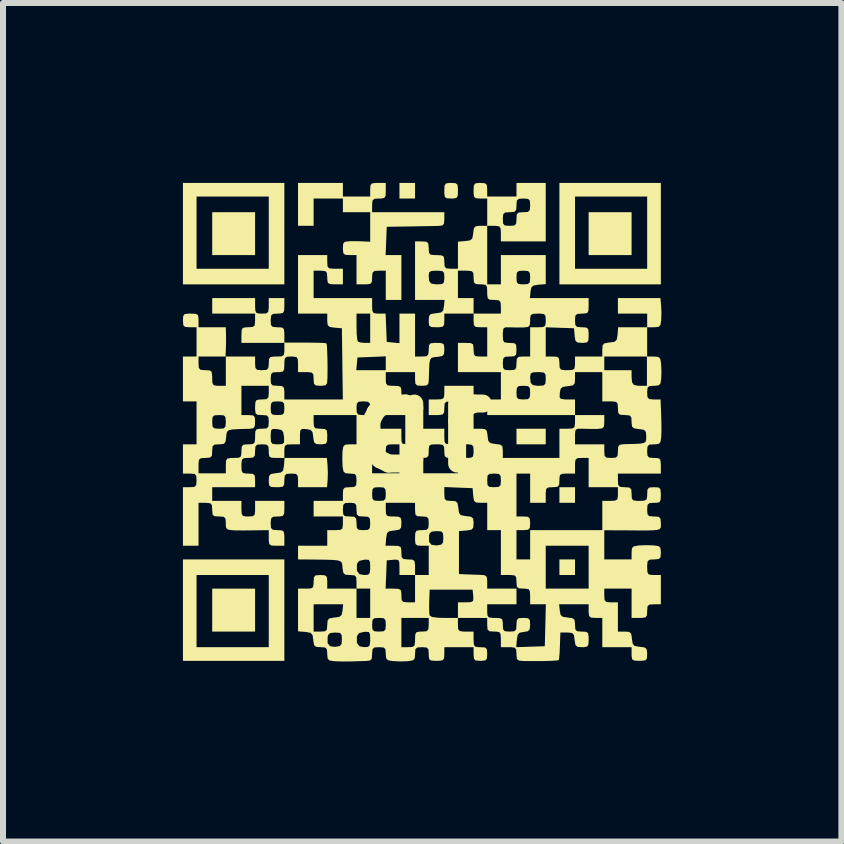
<source format=kicad_pcb>
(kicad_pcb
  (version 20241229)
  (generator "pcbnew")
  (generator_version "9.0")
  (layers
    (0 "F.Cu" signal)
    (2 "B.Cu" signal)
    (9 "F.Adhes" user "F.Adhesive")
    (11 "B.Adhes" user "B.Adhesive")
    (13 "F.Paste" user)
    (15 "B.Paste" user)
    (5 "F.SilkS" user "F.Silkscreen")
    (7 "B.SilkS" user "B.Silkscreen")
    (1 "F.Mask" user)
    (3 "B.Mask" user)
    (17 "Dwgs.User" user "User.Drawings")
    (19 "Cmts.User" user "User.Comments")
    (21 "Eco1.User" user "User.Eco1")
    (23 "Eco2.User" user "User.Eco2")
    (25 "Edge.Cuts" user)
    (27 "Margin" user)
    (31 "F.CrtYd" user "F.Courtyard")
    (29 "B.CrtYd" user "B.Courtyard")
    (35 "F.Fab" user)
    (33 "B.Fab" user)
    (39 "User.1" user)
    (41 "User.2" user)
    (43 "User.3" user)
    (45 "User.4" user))
  (footprint "qr"
    (layer "F.Cu")
    (at 4 4)
    (property "Reference" "qr" (at 0 0 0) (layer "F.SilkS") (effects (font (size 1.5 1.5) (thickness 0.3))))
    (attr board_only exclude_from_pos_files exclude_from_bom)
    (fp_poly (pts (xy -2.797 -3.155) (xy -2.797 -2.797) (xy -3.155 -2.797) (xy -3.512 -2.797) (xy -3.512 -3.155) (xy -3.512 -3.512) (xy -3.155 -3.512) (xy -2.797 -3.512)) (stroke (width 0) (type solid)) (fill yes) (layer "F.SilkS"))
    (fp_poly (pts (xy -2.797 3.122) (xy -2.797 3.48) (xy -3.155 3.48) (xy -3.512 3.48) (xy -3.512 3.122) (xy -3.512 2.764) (xy -3.155 2.764) (xy -2.797 2.764)) (stroke (width 0) (type solid)) (fill yes) (layer "F.SilkS"))
    (fp_poly (pts (xy -0.13 -3.87) (xy -0.13 -3.74) (xy -0.26 -3.74) (xy -0.39 -3.74) (xy -0.39 -3.87) (xy -0.39 -4) (xy -0.26 -4) (xy -0.13 -4)) (stroke (width 0) (type solid)) (fill yes) (layer "F.SilkS"))
    (fp_poly (pts (xy 2.049 0.228) (xy 2.049 0.358) (xy 1.805 0.358) (xy 1.561 0.358) (xy 1.561 0.228) (xy 1.561 0.098) (xy 1.805 0.098) (xy 2.049 0.098)) (stroke (width 0) (type solid)) (fill yes) (layer "F.SilkS"))
    (fp_poly (pts (xy 2.537 1.203) (xy 2.537 1.333) (xy 2.407 1.333) (xy 2.277 1.333) (xy 2.277 1.203) (xy 2.277 1.073) (xy 2.407 1.073) (xy 2.537 1.073)) (stroke (width 0) (type solid)) (fill yes) (layer "F.SilkS"))
    (fp_poly (pts (xy 2.537 2.407) (xy 2.537 2.537) (xy 2.407 2.537) (xy 2.277 2.537) (xy 2.277 2.407) (xy 2.277 2.277) (xy 2.407 2.277) (xy 2.537 2.277)) (stroke (width 0) (type solid)) (fill yes) (layer "F.SilkS"))
    (fp_poly (pts (xy 3.48 -3.155) (xy 3.48 -2.797) (xy 3.122 -2.797) (xy 2.764 -2.797) (xy 2.764 -3.155) (xy 2.764 -3.512) (xy 3.122 -3.512) (xy 3.48 -3.512)) (stroke (width 0) (type solid)) (fill yes) (layer "F.SilkS"))
    (fp_poly (pts (xy 0.544 -3.996) (xy 0.577 -3.972) (xy 0.585 -3.909) (xy 0.585 -3.87) (xy 0.582 -3.787) (xy 0.561 -3.75) (xy 0.505 -3.74) (xy 0.472 -3.74) (xy 0.399 -3.744) (xy 0.366 -3.768) (xy 0.358 -3.832) (xy 0.358 -3.87) (xy 0.361 -3.953) (xy 0.382 -3.99) (xy 0.438 -4) (xy 0.472 -4)) (stroke (width 0) (type solid)) (fill yes) (layer "F.SilkS"))
    (fp_poly (pts (xy -2.309 -3.155) (xy -2.309 -2.309) (xy -3.155 -2.309) (xy -4 -2.309) (xy -4 -3.155) (xy -4 -3.171) (xy -3.773 -3.171) (xy -3.773 -2.569) (xy -3.171 -2.569) (xy -2.569 -2.569) (xy -2.569 -3.171) (xy -2.569 -3.773) (xy -3.171 -3.773) (xy -3.773 -3.773) (xy -3.773 -3.171) (xy -4 -3.171) (xy -4 -4) (xy -3.155 -4) (xy -2.309 -4)) (stroke (width 0) (type solid)) (fill yes) (layer "F.SilkS"))
    (fp_poly (pts (xy -2.309 3.122) (xy -2.309 3.968) (xy -3.155 3.968) (xy -4 3.968) (xy -4 3.138) (xy -3.773 3.138) (xy -3.773 3.74) (xy -3.171 3.74) (xy -2.569 3.74) (xy -2.569 3.138) (xy -2.569 2.537) (xy -3.171 2.537) (xy -3.773 2.537) (xy -3.773 3.138) (xy -4 3.138) (xy -4 3.122) (xy -4 2.277) (xy -3.155 2.277) (xy -2.309 2.277)) (stroke (width 0) (type solid)) (fill yes) (layer "F.SilkS"))
    (fp_poly (pts (xy 3.968 -3.155) (xy 3.968 -2.309) (xy 3.122 -2.309) (xy 2.277 -2.309) (xy 2.277 -3.155) (xy 2.277 -3.171) (xy 2.537 -3.171) (xy 2.537 -2.569) (xy 3.138 -2.569) (xy 3.74 -2.569) (xy 3.74 -3.171) (xy 3.74 -3.773) (xy 3.138 -3.773) (xy 2.537 -3.773) (xy 2.537 -3.171) (xy 2.277 -3.171) (xy 2.277 -4) (xy 3.122 -4) (xy 3.968 -4)) (stroke (width 0) (type solid)) (fill yes) (layer "F.SilkS"))
    (fp_poly (pts (xy -1.589 0.707) (xy -1.584 0.83) (xy -1.587 0.951) (xy -1.598 1.073) (xy -1.839 1.073) (xy -2.081 1.073) (xy -2.081 0.959) (xy -2.086 0.883) (xy -2.115 0.852) (xy -2.187 0.846) (xy -2.195 0.846) (xy -2.272 0.851) (xy -2.303 0.879) (xy -2.309 0.951) (xy -2.309 0.959) (xy -2.313 1.032) (xy -2.337 1.065) (xy -2.401 1.073) (xy -2.439 1.073) (xy -2.522 1.07) (xy -2.559 1.049) (xy -2.569 0.993) (xy -2.569 0.961) (xy -2.564 0.888) (xy -2.536 0.854) (xy -2.465 0.841) (xy -2.447 0.839) (xy -2.367 0.828) (xy -2.33 0.796) (xy -2.317 0.724) (xy -2.315 0.707) (xy -2.305 0.585) (xy -1.955 0.585) (xy -1.6 0.585)) (stroke (width 0) (type solid)) (fill yes) (layer "F.SilkS"))
    (fp_poly (pts (xy -1.333 -3.886) (xy -1.333 -3.773) (xy -1.106 -3.773) (xy -0.878 -3.773) (xy -0.878 -3.886) (xy -0.874 -3.959) (xy -0.85 -3.992) (xy -0.786 -4) (xy -0.748 -4) (xy -0.618 -4) (xy -0.618 -3.87) (xy -0.621 -3.787) (xy -0.643 -3.75) (xy -0.698 -3.74) (xy -0.732 -3.74) (xy -0.808 -3.735) (xy -0.839 -3.707) (xy -0.846 -3.635) (xy -0.846 -3.626) (xy -0.846 -3.512) (xy -0.244 -3.512) (xy 0.358 -3.512) (xy 0.358 -3.399) (xy 0.353 -3.324) (xy 0.327 -3.292) (xy 0.259 -3.283) (xy 0.236 -3.283) (xy 0.152 -3.281) (xy 0.023 -3.279) (xy -0.131 -3.276) (xy -0.244 -3.274) (xy -0.602 -3.269) (xy -0.611 -3.033) (xy -0.621 -2.797) (xy -0.489 -2.797) (xy -0.358 -2.797) (xy -0.358 -2.423) (xy -0.358 -2.049) (xy -0.488 -2.049) (xy -0.618 -2.049) (xy -0.618 -2.293) (xy -0.618 -2.537) (xy -0.732 -2.537) (xy -0.808 -2.532) (xy -0.839 -2.503) (xy -0.846 -2.432) (xy -0.846 -2.423) (xy -0.85 -2.35) (xy -0.874 -2.318) (xy -0.937 -2.309) (xy -0.976 -2.309) (xy -1.106 -2.309) (xy -1.106 -2.553) (xy -1.106 -2.797) (xy -1.22 -2.797) (xy -1.296 -2.802) (xy -1.327 -2.83) (xy -1.333 -2.902) (xy -1.333 -2.911) (xy -1.329 -2.985) (xy -1.302 -3.018) (xy -1.234 -3.027) (xy -1.211 -3.028) (xy -1.096 -3.029) (xy -0.986 -3.025) (xy -0.984 -3.025) (xy -0.878 -3.02) (xy -0.878 -3.266) (xy -0.878 -3.512) (xy -1.106 -3.512) (xy -1.333 -3.512) (xy -1.333 -3.626) (xy -1.333 -3.74) (xy -1.577 -3.74) (xy -1.821 -3.74) (xy -1.821 -3.512) (xy -1.821 -3.285) (xy -1.951 -3.285) (xy -2.081 -3.285) (xy -2.081 -3.643) (xy -2.081 -4) (xy -1.707 -4) (xy -1.333 -4)) (stroke (width 0) (type solid)) (fill yes) (layer "F.SilkS"))
    (fp_poly (pts (xy 2.049 -3.512) (xy 2.049 -3.025) (xy 1.675 -3.025) (xy 1.301 -3.025) (xy 1.301 -3.155) (xy 1.297 -3.238) (xy 1.276 -3.275) (xy 1.221 -3.284) (xy 1.187 -3.285) (xy 1.073 -3.285) (xy 1.073 -2.797) (xy 1.073 -2.309) (xy 1.187 -2.309) (xy 1.301 -2.309) (xy 1.301 -2.423) (xy 1.561 -2.423) (xy 1.566 -2.347) (xy 1.595 -2.315) (xy 1.666 -2.309) (xy 1.675 -2.309) (xy 1.751 -2.314) (xy 1.782 -2.343) (xy 1.789 -2.414) (xy 1.789 -2.423) (xy 1.784 -2.499) (xy 1.755 -2.53) (xy 1.684 -2.537) (xy 1.675 -2.537) (xy 1.599 -2.532) (xy 1.567 -2.503) (xy 1.561 -2.432) (xy 1.561 -2.423) (xy 1.301 -2.423) (xy 1.301 -2.553) (xy 1.301 -2.797) (xy 1.675 -2.797) (xy 2.049 -2.797) (xy 2.049 -2.555) (xy 2.049 -2.313) (xy 1.927 -2.303) (xy 1.846 -2.29) (xy 1.809 -2.259) (xy 1.795 -2.19) (xy 1.795 -2.187) (xy 1.785 -2.081) (xy 2.275 -2.081) (xy 2.764 -2.081) (xy 2.764 -1.951) (xy 2.761 -1.868) (xy 2.74 -1.831) (xy 2.684 -1.822) (xy 2.651 -1.821) (xy 2.574 -1.816) (xy 2.543 -1.788) (xy 2.537 -1.716) (xy 2.537 -1.707) (xy 2.542 -1.631) (xy 2.57 -1.6) (xy 2.642 -1.594) (xy 2.651 -1.594) (xy 2.723 -1.59) (xy 2.756 -1.565) (xy 2.764 -1.502) (xy 2.764 -1.464) (xy 2.761 -1.38) (xy 2.74 -1.343) (xy 2.685 -1.334) (xy 2.653 -1.333) (xy 2.579 -1.339) (xy 2.545 -1.367) (xy 2.532 -1.438) (xy 2.531 -1.455) (xy 2.52 -1.577) (xy 2.285 -1.585) (xy 2.049 -1.593) (xy 2.049 -1.349) (xy 2.049 -1.106) (xy 2.163 -1.106) (xy 2.239 -1.101) (xy 2.27 -1.072) (xy 2.277 -1.001) (xy 2.277 -0.992) (xy 2.281 -0.919) (xy 2.305 -0.887) (xy 2.368 -0.878) (xy 2.407 -0.878) (xy 2.49 -0.882) (xy 2.527 -0.903) (xy 2.536 -0.958) (xy 2.537 -0.992) (xy 3.025 -0.992) (xy 3.025 -0.878) (xy 3.252 -0.878) (xy 3.48 -0.878) (xy 3.48 -0.77) (xy 3.487 -0.677) (xy 3.52 -0.632) (xy 3.595 -0.618) (xy 3.63 -0.618) (xy 3.736 -0.618) (xy 3.736 -0.862) (xy 3.736 -1.106) (xy 3.381 -1.106) (xy 3.025 -1.106) (xy 3.025 -0.992) (xy 2.537 -0.992) (xy 2.537 -1.106) (xy 2.764 -1.106) (xy 2.992 -1.106) (xy 2.992 -1.218) (xy 2.997 -1.291) (xy 3.026 -1.325) (xy 3.097 -1.338) (xy 3.114 -1.34) (xy 3.195 -1.351) (xy 3.231 -1.383) (xy 3.245 -1.455) (xy 3.246 -1.472) (xy 3.256 -1.594) (xy 3.498 -1.594) (xy 3.74 -1.594) (xy 3.74 -1.707) (xy 3.74 -1.821) (xy 3.496 -1.821) (xy 3.252 -1.821) (xy 3.252 -1.951) (xy 3.252 -2.081) (xy 3.607 -2.081) (xy 3.961 -2.081) (xy 3.972 -1.959) (xy 3.978 -1.837) (xy 3.974 -1.716) (xy 3.963 -1.636) (xy 3.934 -1.601) (xy 3.868 -1.594) (xy 3.852 -1.594) (xy 3.74 -1.594) (xy 3.74 -1.35) (xy 3.74 -1.106) (xy 3.85 -1.106) (xy 3.923 -1.1) (xy 3.957 -1.071) (xy 3.971 -0.999) (xy 3.972 -0.984) (xy 3.978 -0.861) (xy 3.974 -0.74) (xy 3.963 -0.66) (xy 3.934 -0.626) (xy 3.868 -0.618) (xy 3.852 -0.618) (xy 3.777 -0.613) (xy 3.746 -0.584) (xy 3.74 -0.512) (xy 3.74 -0.504) (xy 3.745 -0.428) (xy 3.773 -0.396) (xy 3.844 -0.39) (xy 3.851 -0.39) (xy 3.963 -0.39) (xy 3.973 -0.138) (xy 3.977 0.003) (xy 3.978 0.135) (xy 3.974 0.232) (xy 3.974 0.236) (xy 3.963 0.316) (xy 3.934 0.35) (xy 3.868 0.358) (xy 3.852 0.358) (xy 3.777 0.363) (xy 3.746 0.392) (xy 3.74 0.464) (xy 3.74 0.472) (xy 3.745 0.548) (xy 3.774 0.579) (xy 3.845 0.585) (xy 3.854 0.585) (xy 3.927 0.589) (xy 3.959 0.614) (xy 3.967 0.677) (xy 3.968 0.715) (xy 3.968 0.846) (xy 3.61 0.846) (xy 3.252 0.846) (xy 3.252 0.959) (xy 3.257 1.036) (xy 3.286 1.067) (xy 3.357 1.073) (xy 3.366 1.073) (xy 3.442 1.078) (xy 3.474 1.107) (xy 3.48 1.178) (xy 3.48 1.187) (xy 3.484 1.26) (xy 3.508 1.292) (xy 3.572 1.301) (xy 3.61 1.301) (xy 3.693 1.297) (xy 3.73 1.276) (xy 3.74 1.221) (xy 3.74 1.187) (xy 3.745 1.111) (xy 3.774 1.079) (xy 3.845 1.073) (xy 3.854 1.073) (xy 3.927 1.077) (xy 3.959 1.101) (xy 3.967 1.165) (xy 3.968 1.203) (xy 3.964 1.287) (xy 3.943 1.324) (xy 3.887 1.333) (xy 3.854 1.333) (xy 3.778 1.338) (xy 3.746 1.367) (xy 3.74 1.439) (xy 3.74 1.447) (xy 3.745 1.524) (xy 3.774 1.555) (xy 3.845 1.561) (xy 3.854 1.561) (xy 3.93 1.566) (xy 3.961 1.595) (xy 3.968 1.666) (xy 3.968 1.675) (xy 3.969 1.717) (xy 3.965 1.749) (xy 3.949 1.77) (xy 3.912 1.784) (xy 3.844 1.791) (xy 3.737 1.794) (xy 3.583 1.794) (xy 3.374 1.792) (xy 3.025 1.791) (xy 3.025 2.034) (xy 3.025 2.277) (xy 3.252 2.277) (xy 3.48 2.277) (xy 3.48 2.166) (xy 3.485 2.093) (xy 3.514 2.06) (xy 3.586 2.046) (xy 3.602 2.044) (xy 3.724 2.039) (xy 3.846 2.043) (xy 3.926 2.054) (xy 3.96 2.083) (xy 3.968 2.149) (xy 3.968 2.165) (xy 3.963 2.24) (xy 3.934 2.27) (xy 3.861 2.277) (xy 3.854 2.277) (xy 3.781 2.281) (xy 3.749 2.305) (xy 3.74 2.368) (xy 3.74 2.407) (xy 3.744 2.49) (xy 3.765 2.527) (xy 3.82 2.536) (xy 3.854 2.537) (xy 3.968 2.537) (xy 3.968 2.781) (xy 3.968 3.025) (xy 3.854 3.025) (xy 3.778 3.03) (xy 3.746 3.058) (xy 3.74 3.13) (xy 3.74 3.138) (xy 3.736 3.211) (xy 3.712 3.244) (xy 3.648 3.252) (xy 3.61 3.252) (xy 3.48 3.252) (xy 3.48 3.008) (xy 3.48 2.764) (xy 3.252 2.764) (xy 3.025 2.764) (xy 3.025 2.878) (xy 3.03 2.955) (xy 3.058 2.986) (xy 3.13 2.992) (xy 3.138 2.992) (xy 3.252 2.992) (xy 3.252 3.236) (xy 3.252 3.48) (xy 3.364 3.48) (xy 3.438 3.485) (xy 3.472 3.514) (xy 3.485 3.584) (xy 3.486 3.602) (xy 3.498 3.682) (xy 3.529 3.719) (xy 3.601 3.732) (xy 3.618 3.734) (xy 3.698 3.745) (xy 3.732 3.774) (xy 3.74 3.84) (xy 3.74 3.856) (xy 3.736 3.927) (xy 3.711 3.959) (xy 3.647 3.967) (xy 3.61 3.968) (xy 3.527 3.964) (xy 3.49 3.943) (xy 3.48 3.887) (xy 3.48 3.854) (xy 3.48 3.74) (xy 3.236 3.74) (xy 2.992 3.74) (xy 2.992 3.496) (xy 2.992 3.252) (xy 2.878 3.252) (xy 2.802 3.247) (xy 2.771 3.219) (xy 2.764 3.147) (xy 2.764 3.138) (xy 2.764 3.025) (xy 2.518 3.025) (xy 2.272 3.025) (xy 2.283 3.13) (xy 2.296 3.201) (xy 2.332 3.233) (xy 2.411 3.246) (xy 2.415 3.246) (xy 2.495 3.257) (xy 2.529 3.286) (xy 2.537 3.352) (xy 2.537 3.368) (xy 2.542 3.443) (xy 2.571 3.474) (xy 2.643 3.48) (xy 2.651 3.48) (xy 2.723 3.484) (xy 2.756 3.508) (xy 2.764 3.572) (xy 2.764 3.61) (xy 2.761 3.693) (xy 2.74 3.73) (xy 2.685 3.74) (xy 2.653 3.74) (xy 2.579 3.735) (xy 2.545 3.706) (xy 2.532 3.635) (xy 2.531 3.618) (xy 2.519 3.538) (xy 2.49 3.504) (xy 2.424 3.496) (xy 2.407 3.496) (xy 2.293 3.496) (xy 2.285 3.721) (xy 2.28 3.834) (xy 2.273 3.918) (xy 2.266 3.956) (xy 2.266 3.956) (xy 2.23 3.962) (xy 2.145 3.967) (xy 2.027 3.971) (xy 1.891 3.972) (xy 1.753 3.972) (xy 1.683 3.971) (xy 1.603 3.964) (xy 1.569 3.939) (xy 1.561 3.875) (xy 1.561 3.854) (xy 1.557 3.781) (xy 1.533 3.749) (xy 1.469 3.74) (xy 1.431 3.74) (xy 1.301 3.74) (xy 1.301 3.61) (xy 1.297 3.527) (xy 1.276 3.49) (xy 1.221 3.48) (xy 1.187 3.48) (xy 1.111 3.475) (xy 1.079 3.446) (xy 1.073 3.375) (xy 1.073 3.366) (xy 1.073 3.252) (xy 0.829 3.252) (xy 0.585 3.252) (xy 0.585 3.366) (xy 0.589 3.439) (xy 0.614 3.471) (xy 0.677 3.48) (xy 0.715 3.48) (xy 0.846 3.48) (xy 0.846 3.61) (xy 0.849 3.693) (xy 0.87 3.73) (xy 0.926 3.74) (xy 0.959 3.74) (xy 1.036 3.745) (xy 1.067 3.774) (xy 1.073 3.845) (xy 1.073 3.854) (xy 1.068 3.93) (xy 1.04 3.961) (xy 0.968 3.968) (xy 0.959 3.968) (xy 0.883 3.963) (xy 0.852 3.934) (xy 0.846 3.863) (xy 0.846 3.854) (xy 0.846 3.74) (xy 0.602 3.74) (xy 0.358 3.74) (xy 0.358 3.854) (xy 0.354 3.927) (xy 0.329 3.959) (xy 0.266 3.967) (xy 0.228 3.968) (xy 0.144 3.964) (xy 0.107 3.943) (xy 0.098 3.887) (xy 0.098 3.854) (xy 0.093 3.778) (xy 0.064 3.746) (xy -0.008 3.74) (xy -0.016 3.74) (xy -0.093 3.745) (xy -0.124 3.773) (xy -0.13 3.845) (xy -0.13 3.852) (xy -0.135 3.926) (xy -0.164 3.959) (xy -0.235 3.972) (xy -0.252 3.974) (xy -0.374 3.978) (xy -0.496 3.972) (xy -0.576 3.96) (xy -0.61 3.93) (xy -0.618 3.865) (xy -0.618 3.85) (xy -0.623 3.776) (xy -0.652 3.746) (xy -0.725 3.74) (xy -0.732 3.74) (xy -0.808 3.745) (xy -0.839 3.774) (xy -0.846 3.845) (xy -0.846 3.854) (xy -0.851 3.93) (xy -0.879 3.962) (xy -0.949 3.97) (xy -0.951 3.97) (xy -1.053 3.973) (xy -1.174 3.977) (xy -1.203 3.978) (xy -1.328 3.979) (xy -1.45 3.975) (xy -1.472 3.974) (xy -1.552 3.963) (xy -1.586 3.934) (xy -1.594 3.868) (xy -1.594 3.852) (xy -1.599 3.777) (xy -1.628 3.746) (xy -1.702 3.74) (xy -1.705 3.74) (xy -1.779 3.735) (xy -1.813 3.706) (xy -1.826 3.635) (xy -1.827 3.618) (xy -1.834 3.572) (xy -1.588 3.572) (xy -1.588 3.672) (xy -1.548 3.724) (xy -1.463 3.735) (xy -1.456 3.734) (xy -1.384 3.721) (xy -1.355 3.685) (xy -1.35 3.61) (xy -1.352 3.572) (xy -1.1 3.572) (xy -1.099 3.672) (xy -1.055 3.726) (xy -0.977 3.74) (xy -0.914 3.735) (xy -0.886 3.708) (xy -0.878 3.64) (xy -0.878 3.608) (xy -0.881 3.524) (xy -0.896 3.496) (xy -0.358 3.496) (xy -0.358 3.74) (xy -0.244 3.74) (xy -0.171 3.736) (xy -0.139 3.712) (xy -0.13 3.648) (xy -0.13 3.61) (xy -0.127 3.527) (xy -0.105 3.49) (xy -0.05 3.48) (xy -0.016 3.48) (xy 0.06 3.475) (xy 0.091 3.446) (xy 0.098 3.375) (xy 0.098 3.366) (xy 0.098 3.252) (xy -0.13 3.252) (xy -0.358 3.252) (xy -0.358 3.496) (xy -0.896 3.496) (xy -0.9 3.488) (xy -0.95 3.483) (xy -0.984 3.486) (xy -1.062 3.505) (xy -1.096 3.551) (xy -1.1 3.572) (xy -1.352 3.572) (xy -1.355 3.534) (xy -1.383 3.502) (xy -1.455 3.496) (xy -1.464 3.496) (xy -1.543 3.504) (xy -1.579 3.535) (xy -1.588 3.572) (xy -1.834 3.572) (xy -1.839 3.538) (xy -1.871 3.501) (xy -1.943 3.488) (xy -1.959 3.486) (xy -2.081 3.476) (xy -2.081 3.252) (xy -1.821 3.252) (xy -1.821 3.48) (xy -1.707 3.48) (xy -1.631 3.475) (xy -1.6 3.447) (xy -1.594 3.375) (xy -1.594 3.368) (xy -1.593 3.366) (xy -0.846 3.366) (xy -0.841 3.442) (xy -0.812 3.474) (xy -0.74 3.48) (xy -0.732 3.48) (xy -0.655 3.475) (xy -0.624 3.446) (xy -0.618 3.375) (xy -0.618 3.366) (xy -0.623 3.29) (xy -0.651 3.258) (xy -0.723 3.252) (xy -0.732 3.252) (xy -0.808 3.257) (xy -0.839 3.286) (xy -0.846 3.357) (xy -0.846 3.366) (xy -1.593 3.366) (xy -1.588 3.294) (xy -1.56 3.261) (xy -1.489 3.248) (xy -1.472 3.246) (xy -1.391 3.234) (xy -1.354 3.202) (xy -1.34 3.134) (xy -1.339 3.13) (xy -1.329 3.025) (xy -1.575 3.025) (xy -1.821 3.025) (xy -1.821 3.252) (xy -2.081 3.252) (xy -2.081 3.12) (xy -2.081 3.008) (xy -1.106 3.008) (xy -1.106 3.252) (xy -0.992 3.252) (xy -0.878 3.252) (xy -0.878 3.087) (xy 0.105 3.087) (xy 0.108 3.175) (xy 0.113 3.212) (xy 0.155 3.237) (xy 0.259 3.25) (xy 0.357 3.252) (xy 0.585 3.252) (xy 0.585 3.122) (xy 0.585 2.992) (xy 0.718 2.992) (xy 0.801 2.989) (xy 0.837 2.97) (xy 0.842 2.92) (xy 0.84 2.886) (xy 0.829 2.781) (xy 0.472 2.781) (xy 0.114 2.781) (xy 0.106 2.976) (xy 0.105 3.087) (xy -0.878 3.087) (xy -0.878 3.008) (xy -0.878 2.764) (xy -0.992 2.764) (xy -1.106 2.764) (xy -1.106 3.008) (xy -2.081 3.008) (xy -2.081 2.764) (xy -1.951 2.764) (xy -1.868 2.761) (xy -1.831 2.74) (xy -1.822 2.684) (xy -1.821 2.651) (xy -1.816 2.574) (xy -1.788 2.543) (xy -1.716 2.537) (xy -1.707 2.537) (xy -1.631 2.542) (xy -1.6 2.57) (xy -1.594 2.642) (xy -1.594 2.651) (xy -1.594 2.764) (xy -1.35 2.764) (xy -1.106 2.764) (xy -1.106 2.651) (xy -1.111 2.574) (xy -1.139 2.543) (xy -1.21 2.537) (xy -1.218 2.537) (xy -1.291 2.532) (xy -1.325 2.503) (xy -1.338 2.432) (xy -1.34 2.415) (xy -1.343 2.368) (xy -1.1 2.368) (xy -1.099 2.469) (xy -1.055 2.523) (xy -0.977 2.537) (xy -0.914 2.532) (xy -0.886 2.505) (xy -0.878 2.437) (xy -0.878 2.405) (xy -0.881 2.321) (xy -0.9 2.285) (xy -0.95 2.28) (xy -0.984 2.283) (xy -1.062 2.302) (xy -1.096 2.347) (xy -1.1 2.368) (xy -1.343 2.368) (xy -1.344 2.364) (xy -1.353 2.329) (xy -1.378 2.306) (xy -1.427 2.292) (xy -1.512 2.285) (xy -1.641 2.281) (xy -1.826 2.279) (xy -1.829 2.279) (xy -2.081 2.277) (xy -2.081 2.163) (xy -2.081 2.049) (xy -1.838 2.049) (xy -1.594 2.049) (xy -0.622 2.049) (xy -0.49 2.049) (xy -0.406 2.052) (xy -0.368 2.073) (xy -0.358 2.127) (xy -0.358 2.163) (xy -0.353 2.239) (xy -0.324 2.27) (xy -0.253 2.277) (xy -0.244 2.277) (xy -0.171 2.281) (xy -0.139 2.305) (xy -0.13 2.368) (xy -0.13 2.407) (xy -0.13 2.537) (xy -0.26 2.537) (xy -0.39 2.537) (xy -0.39 2.405) (xy -0.393 2.321) (xy -0.412 2.285) (xy -0.462 2.28) (xy -0.496 2.283) (xy -0.602 2.293) (xy -0.611 2.529) (xy -0.621 2.764) (xy -0.489 2.764) (xy -0.405 2.768) (xy -0.368 2.789) (xy -0.358 2.843) (xy -0.358 2.878) (xy -0.353 2.955) (xy -0.324 2.986) (xy -0.253 2.992) (xy -0.244 2.992) (xy -0.13 2.992) (xy -0.13 2.764) (xy -0.13 2.537) (xy -0.016 2.537) (xy 0.098 2.537) (xy 0.098 2.293) (xy 0.098 2.049) (xy -0.016 2.049) (xy -0.089 2.045) (xy -0.122 2.021) (xy -0.13 1.957) (xy -0.13 1.919) (xy -0.129 1.881) (xy 0.103 1.881) (xy 0.103 1.981) (xy 0.143 2.033) (xy 0.228 2.044) (xy 0.236 2.043) (xy 0.307 2.03) (xy 0.336 1.994) (xy 0.341 1.919) (xy 0.336 1.843) (xy 0.308 1.811) (xy 0.236 1.805) (xy 0.228 1.805) (xy 0.148 1.813) (xy 0.112 1.844) (xy 0.103 1.881) (xy -0.129 1.881) (xy -0.127 1.836) (xy -0.105 1.799) (xy -0.05 1.789) (xy -0.016 1.789) (xy 0.06 1.784) (xy 0.091 1.755) (xy 0.098 1.684) (xy 0.098 1.675) (xy 0.093 1.599) (xy 0.064 1.567) (xy -0.008 1.561) (xy -0.016 1.561) (xy -0.093 1.556) (xy -0.124 1.528) (xy -0.13 1.456) (xy -0.13 1.447) (xy -0.13 1.333) (xy -0.374 1.333) (xy -0.618 1.333) (xy -0.618 1.447) (xy -0.614 1.52) (xy -0.59 1.553) (xy -0.526 1.561) (xy -0.488 1.561) (xy -0.405 1.565) (xy -0.368 1.586) (xy -0.358 1.641) (xy -0.358 1.673) (xy -0.363 1.747) (xy -0.391 1.78) (xy -0.462 1.793) (xy -0.48 1.795) (xy -0.56 1.807) (xy -0.597 1.838) (xy -0.61 1.91) (xy -0.612 1.927) (xy -0.622 2.049) (xy -1.594 2.049) (xy -1.594 1.919) (xy -1.594 1.789) (xy -1.464 1.789) (xy -1.38 1.785) (xy -1.343 1.764) (xy -1.334 1.708) (xy -1.333 1.675) (xy -1.333 1.561) (xy -1.577 1.561) (xy -1.821 1.561) (xy -1.821 1.447) (xy -1.333 1.447) (xy -1.328 1.524) (xy -1.3 1.555) (xy -1.228 1.561) (xy -1.22 1.561) (xy -1.143 1.566) (xy -1.112 1.595) (xy -1.106 1.666) (xy -1.106 1.675) (xy -1.101 1.751) (xy -1.072 1.782) (xy -1.001 1.789) (xy -0.992 1.789) (xy -0.916 1.784) (xy -0.884 1.755) (xy -0.878 1.684) (xy -0.878 1.675) (xy -0.883 1.599) (xy -0.912 1.567) (xy -0.983 1.561) (xy -0.992 1.561) (xy -1.068 1.556) (xy -1.1 1.528) (xy -1.106 1.456) (xy -1.106 1.447) (xy -1.111 1.371) (xy -1.139 1.34) (xy -1.211 1.333) (xy -1.22 1.333) (xy -1.296 1.338) (xy -1.327 1.367) (xy -1.333 1.439) (xy -1.333 1.447) (xy -1.821 1.447) (xy -1.821 1.431) (xy -1.821 1.301) (xy -1.577 1.301) (xy -1.333 1.301) (xy -1.333 1.187) (xy -0.846 1.187) (xy -0.841 1.263) (xy -0.812 1.295) (xy -0.74 1.301) (xy -0.732 1.301) (xy -0.655 1.296) (xy -0.624 1.267) (xy -0.618 1.196) (xy -0.618 1.187) (xy -0.618 1.186) (xy 0.358 1.186) (xy 0.363 1.263) (xy 0.39 1.294) (xy 0.46 1.301) (xy 0.47 1.301) (xy 0.543 1.306) (xy 0.577 1.335) (xy 0.59 1.405) (xy 0.592 1.423) (xy 0.603 1.503) (xy 0.635 1.54) (xy 0.707 1.553) (xy 0.724 1.555) (xy 0.804 1.566) (xy 0.838 1.595) (xy 0.846 1.66) (xy 0.846 1.675) (xy 0.84 1.747) (xy 0.811 1.781) (xy 0.74 1.794) (xy 0.724 1.795) (xy 0.602 1.805) (xy 0.602 2.163) (xy 0.602 2.52) (xy 0.715 2.526) (xy 0.832 2.53) (xy 0.951 2.534) (xy 0.951 2.534) (xy 1.031 2.54) (xy 1.065 2.566) (xy 1.073 2.63) (xy 1.073 2.651) (xy 1.073 2.764) (xy 1.317 2.764) (xy 1.561 2.764) (xy 1.561 2.894) (xy 1.561 3.025) (xy 1.317 3.025) (xy 1.073 3.025) (xy 1.073 3.138) (xy 1.077 3.211) (xy 1.101 3.244) (xy 1.165 3.252) (xy 1.203 3.252) (xy 1.287 3.256) (xy 1.324 3.277) (xy 1.333 3.332) (xy 1.333 3.366) (xy 1.338 3.442) (xy 1.367 3.474) (xy 1.439 3.48) (xy 1.447 3.48) (xy 1.524 3.475) (xy 1.555 3.446) (xy 1.561 3.375) (xy 1.561 3.366) (xy 1.566 3.29) (xy 1.595 3.258) (xy 1.666 3.252) (xy 1.675 3.252) (xy 1.751 3.257) (xy 1.783 3.286) (xy 1.789 3.357) (xy 1.789 3.364) (xy 1.782 3.44) (xy 1.751 3.474) (xy 1.683 3.486) (xy 1.613 3.499) (xy 1.58 3.535) (xy 1.568 3.615) (xy 1.567 3.618) (xy 1.557 3.74) (xy 1.795 3.732) (xy 2.033 3.724) (xy 2.042 3.374) (xy 2.051 3.025) (xy 1.92 3.025) (xy 1.789 3.025) (xy 1.789 2.894) (xy 1.785 2.811) (xy 1.764 2.774) (xy 1.708 2.765) (xy 1.675 2.764) (xy 1.599 2.759) (xy 1.567 2.731) (xy 1.561 2.659) (xy 1.561 2.651) (xy 1.557 2.578) (xy 1.533 2.545) (xy 1.469 2.537) (xy 1.431 2.537) (xy 1.301 2.537) (xy 1.301 2.407) (xy 2.049 2.407) (xy 2.049 2.764) (xy 2.407 2.764) (xy 2.764 2.764) (xy 2.764 2.407) (xy 2.764 2.049) (xy 2.407 2.049) (xy 2.049 2.049) (xy 2.049 2.407) (xy 1.301 2.407) (xy 1.301 2.163) (xy 1.301 1.789) (xy 1.187 1.789) (xy 1.073 1.789) (xy 1.073 1.561) (xy 1.073 1.333) (xy 0.961 1.333) (xy 0.888 1.328) (xy 0.854 1.3) (xy 0.841 1.229) (xy 0.839 1.211) (xy 0.829 1.089) (xy 0.594 1.08) (xy 0.358 1.07) (xy 0.358 1.186) (xy -0.618 1.186) (xy -0.623 1.111) (xy -0.651 1.079) (xy -0.723 1.073) (xy -0.732 1.073) (xy -0.808 1.078) (xy -0.839 1.107) (xy -0.846 1.178) (xy -0.846 1.187) (xy -1.333 1.187) (xy -1.328 1.111) (xy -1.3 1.079) (xy -1.228 1.073) (xy -1.22 1.073) (xy -1.143 1.068) (xy -1.112 1.04) (xy -1.106 0.968) (xy -1.106 0.959) (xy 1.073 0.959) (xy 1.078 1.036) (xy 1.107 1.067) (xy 1.178 1.073) (xy 1.187 1.073) (xy 1.263 1.068) (xy 1.295 1.04) (xy 1.301 0.968) (xy 1.301 0.959) (xy 1.296 0.883) (xy 1.267 0.852) (xy 1.196 0.846) (xy 1.187 0.846) (xy 1.561 0.846) (xy 1.561 1.203) (xy 1.561 1.561) (xy 1.675 1.561) (xy 1.751 1.566) (xy 1.782 1.595) (xy 1.789 1.666) (xy 1.789 1.675) (xy 1.784 1.751) (xy 1.755 1.782) (xy 1.684 1.789) (xy 1.675 1.789) (xy 1.561 1.789) (xy 1.561 2.033) (xy 1.561 2.277) (xy 1.675 2.277) (xy 1.789 2.277) (xy 1.789 2.033) (xy 1.789 1.789) (xy 2.39 1.789) (xy 2.992 1.789) (xy 2.992 1.545) (xy 2.992 1.301) (xy 3.122 1.301) (xy 3.205 1.297) (xy 3.242 1.276) (xy 3.252 1.221) (xy 3.252 1.187) (xy 3.252 1.073) (xy 3.008 1.073) (xy 2.764 1.073) (xy 2.764 0.829) (xy 2.764 0.585) (xy 2.651 0.585) (xy 2.578 0.589) (xy 2.545 0.614) (xy 2.537 0.677) (xy 2.537 0.715) (xy 2.537 0.846) (xy 2.407 0.846) (xy 2.323 0.849) (xy 2.286 0.87) (xy 2.277 0.926) (xy 2.277 0.959) (xy 2.272 1.036) (xy 2.243 1.067) (xy 2.171 1.073) (xy 2.163 1.073) (xy 2.09 1.077) (xy 2.057 1.101) (xy 2.049 1.165) (xy 2.049 1.203) (xy 2.049 1.333) (xy 1.919 1.333) (xy 1.789 1.333) (xy 1.789 1.089) (xy 1.789 0.846) (xy 1.675 0.846) (xy 1.561 0.846) (xy 1.187 0.846) (xy 1.111 0.851) (xy 1.079 0.879) (xy 1.073 0.951) (xy 1.073 0.959) (xy -1.106 0.959) (xy -1.111 0.883) (xy -1.139 0.852) (xy -1.21 0.846) (xy -1.216 0.846) (xy -1.289 0.84) (xy -1.323 0.811) (xy -1.337 0.739) (xy -1.338 0.724) (xy -1.339 0.713) (xy -0.846 0.713) (xy -0.846 0.84) (xy -0.618 0.84) (xy -0.39 0.84) (xy -0.39 0.713) (xy -0.13 0.713) (xy -0.13 0.841) (xy 0.228 0.841) (xy 0.585 0.841) (xy 0.585 0.713) (xy 0.589 0.631) (xy 0.611 0.595) (xy 0.671 0.586) (xy 0.715 0.585) (xy 0.799 0.582) (xy 0.836 0.561) (xy 0.845 0.505) (xy 0.846 0.472) (xy 0.842 0.399) (xy 0.817 0.366) (xy 0.754 0.358) (xy 0.715 0.358) (xy 0.632 0.361) (xy 0.595 0.382) (xy 0.586 0.438) (xy 0.585 0.472) (xy 0.58 0.548) (xy 0.552 0.579) (xy 0.48 0.585) (xy 0.472 0.585) (xy 0.395 0.58) (xy 0.364 0.552) (xy 0.358 0.48) (xy 0.358 0.472) (xy 0.354 0.399) (xy 0.329 0.366) (xy 0.266 0.358) (xy 0.228 0.358) (xy 0.144 0.361) (xy 0.107 0.382) (xy 0.098 0.438) (xy 0.098 0.472) (xy 0.093 0.548) (xy 0.064 0.579) (xy -0.008 0.585) (xy -0.016 0.585) (xy -0.09 0.589) (xy -0.122 0.614) (xy -0.13 0.679) (xy -0.13 0.713) (xy -0.39 0.713) (xy -0.39 0.599) (xy -0.39 0.358) (xy -0.504 0.358) (xy -0.58 0.363) (xy -0.612 0.391) (xy -0.618 0.463) (xy -0.618 0.472) (xy -0.623 0.548) (xy -0.651 0.579) (xy -0.723 0.585) (xy -0.732 0.585) (xy -0.805 0.59) (xy -0.837 0.614) (xy -0.845 0.679) (xy -0.846 0.713) (xy -1.339 0.713) (xy -1.343 0.601) (xy -1.34 0.48) (xy -1.328 0.4) (xy -1.299 0.366) (xy -1.234 0.358) (xy -1.218 0.358) (xy -1.106 0.358) (xy -1.106 0.114) (xy -1.106 -0.13) (xy -1.464 -0.13) (xy -1.821 -0.13) (xy -1.821 -0.016) (xy -1.816 0.06) (xy -1.788 0.091) (xy -1.716 0.098) (xy -1.707 0.098) (xy -1.635 0.102) (xy -1.602 0.126) (xy -1.594 0.189) (xy -1.594 0.228) (xy -1.597 0.311) (xy -1.618 0.348) (xy -1.673 0.357) (xy -1.705 0.358) (xy -1.779 0.353) (xy -1.813 0.324) (xy -1.826 0.253) (xy -1.827 0.236) (xy -1.84 0.155) (xy -1.871 0.118) (xy -1.94 0.104) (xy -1.943 0.104) (xy -2.01 0.101) (xy -2.041 0.122) (xy -2.049 0.183) (xy -2.049 0.226) (xy -2.049 0.358) (xy -2.179 0.358) (xy -2.262 0.361) (xy -2.299 0.382) (xy -2.309 0.438) (xy -2.309 0.472) (xy -2.309 0.585) (xy -2.437 0.585) (xy -2.521 0.582) (xy -2.559 0.562) (xy -2.569 0.508) (xy -2.569 0.472) (xy -2.574 0.395) (xy -2.603 0.364) (xy -2.674 0.358) (xy -2.683 0.358) (xy -2.759 0.363) (xy -2.791 0.391) (xy -2.797 0.463) (xy -2.797 0.472) (xy -2.802 0.548) (xy -2.83 0.579) (xy -2.902 0.585) (xy -2.911 0.585) (xy -2.984 0.589) (xy -3.016 0.614) (xy -3.024 0.677) (xy -3.025 0.715) (xy -3.021 0.799) (xy -3 0.836) (xy -2.944 0.845) (xy -2.911 0.846) (xy -2.834 0.851) (xy -2.803 0.879) (xy -2.797 0.951) (xy -2.797 0.959) (xy -2.797 1.073) (xy -3.155 1.073) (xy -3.512 1.073) (xy -3.512 1.187) (xy -3.512 1.301) (xy -3.269 1.301) (xy -3.025 1.301) (xy -3.025 1.431) (xy -3.021 1.514) (xy -3 1.551) (xy -2.944 1.561) (xy -2.911 1.561) (xy -2.838 1.557) (xy -2.805 1.533) (xy -2.797 1.469) (xy -2.797 1.431) (xy -2.797 1.301) (xy -2.553 1.301) (xy -2.309 1.301) (xy -2.309 1.431) (xy -2.313 1.514) (xy -2.334 1.551) (xy -2.389 1.561) (xy -2.423 1.561) (xy -2.499 1.566) (xy -2.53 1.595) (xy -2.537 1.666) (xy -2.537 1.675) (xy -2.532 1.751) (xy -2.503 1.782) (xy -2.432 1.789) (xy -2.423 1.789) (xy -2.35 1.793) (xy -2.318 1.817) (xy -2.309 1.88) (xy -2.309 1.919) (xy -2.309 2.049) (xy -2.439 2.049) (xy -2.522 2.046) (xy -2.559 2.024) (xy -2.569 1.965) (xy -2.569 1.919) (xy -2.569 1.789) (xy -2.805 1.792) (xy -2.991 1.794) (xy -3.121 1.793) (xy -3.206 1.788) (xy -3.255 1.776) (xy -3.278 1.755) (xy -3.285 1.721) (xy -3.285 1.675) (xy -3.29 1.599) (xy -3.318 1.567) (xy -3.39 1.561) (xy -3.399 1.561) (xy -3.475 1.556) (xy -3.506 1.528) (xy -3.512 1.456) (xy -3.512 1.447) (xy -3.517 1.371) (xy -3.546 1.34) (xy -3.618 1.333) (xy -3.626 1.333) (xy -3.74 1.333) (xy -3.74 1.691) (xy -3.74 2.049) (xy -3.87 2.049) (xy -4 2.049) (xy -4 1.561) (xy -4 1.073) (xy -3.886 1.073) (xy -3.81 1.068) (xy -3.779 1.04) (xy -3.773 0.968) (xy -3.773 0.959) (xy -3.778 0.883) (xy -3.806 0.852) (xy -3.878 0.846) (xy -3.886 0.846) (xy -4 0.846) (xy -4 0.713) (xy -3.74 0.713) (xy -3.74 0.841) (xy -3.512 0.842) (xy -3.285 0.842) (xy -3.285 0.714) (xy -3.282 0.632) (xy -3.259 0.595) (xy -3.2 0.586) (xy -3.155 0.585) (xy -3.071 0.582) (xy -3.034 0.561) (xy -3.025 0.505) (xy -3.025 0.472) (xy -3.02 0.395) (xy -2.991 0.364) (xy -2.919 0.358) (xy -2.911 0.358) (xy -2.838 0.354) (xy -2.805 0.329) (xy -2.797 0.266) (xy -2.797 0.228) (xy -2.797 0.226) (xy -2.537 0.226) (xy -2.533 0.31) (xy -2.513 0.347) (xy -2.459 0.357) (xy -2.421 0.358) (xy -2.346 0.354) (xy -2.315 0.33) (xy -2.313 0.266) (xy -2.315 0.236) (xy -2.328 0.155) (xy -2.359 0.118) (xy -2.428 0.104) (xy -2.431 0.104) (xy -2.498 0.101) (xy -2.529 0.122) (xy -2.536 0.183) (xy -2.537 0.226) (xy -2.797 0.226) (xy -2.793 0.144) (xy -2.772 0.107) (xy -2.717 0.098) (xy -2.683 0.098) (xy -2.607 0.093) (xy -2.576 0.064) (xy -2.569 -0.008) (xy -2.569 -0.016) (xy -2.574 -0.093) (xy -2.603 -0.124) (xy -2.674 -0.13) (xy -2.683 -0.13) (xy -2.756 -0.134) (xy -2.788 -0.158) (xy -2.797 -0.222) (xy -2.797 -0.244) (xy -2.537 -0.244) (xy -2.532 -0.168) (xy -2.503 -0.136) (xy -2.432 -0.13) (xy -2.423 -0.13) (xy -2.347 -0.135) (xy -2.315 -0.164) (xy -2.309 -0.235) (xy -2.309 -0.244) (xy -1.106 -0.244) (xy -1.101 -0.168) (xy -1.072 -0.136) (xy -1.001 -0.13) (xy -0.992 -0.13) (xy -0.916 -0.135) (xy -0.884 -0.164) (xy -0.878 -0.235) (xy -0.878 -0.244) (xy -0.883 -0.32) (xy -0.912 -0.351) (xy -0.983 -0.358) (xy -0.992 -0.358) (xy -1.068 -0.353) (xy -1.1 -0.324) (xy -1.106 -0.253) (xy -1.106 -0.244) (xy -2.309 -0.244) (xy -2.314 -0.32) (xy -2.343 -0.351) (xy -2.414 -0.358) (xy -2.423 -0.358) (xy -2.499 -0.353) (xy -2.53 -0.324) (xy -2.537 -0.253) (xy -2.537 -0.244) (xy -2.797 -0.244) (xy -2.797 -0.26) (xy -2.793 -0.343) (xy -2.772 -0.38) (xy -2.717 -0.39) (xy -2.683 -0.39) (xy -2.607 -0.395) (xy -2.576 -0.424) (xy -2.569 -0.495) (xy -2.569 -0.504) (xy -2.569 -0.618) (xy -2.797 -0.618) (xy -3.025 -0.618) (xy -3.025 -0.374) (xy -3.025 -0.13) (xy -2.911 -0.13) (xy -2.834 -0.125) (xy -2.803 -0.097) (xy -2.797 -0.025) (xy -2.797 -0.016) (xy -2.802 0.058) (xy -2.828 0.091) (xy -2.896 0.1) (xy -2.919 0.1) (xy -3.073 0.104) (xy -3.174 0.11) (xy -3.233 0.122) (xy -3.262 0.145) (xy -3.274 0.183) (xy -3.279 0.236) (xy -3.29 0.316) (xy -3.319 0.35) (xy -3.385 0.358) (xy -3.401 0.358) (xy -3.476 0.363) (xy -3.506 0.392) (xy -3.512 0.464) (xy -3.512 0.472) (xy -3.517 0.548) (xy -3.546 0.579) (xy -3.618 0.585) (xy -3.626 0.585) (xy -3.7 0.589) (xy -3.732 0.614) (xy -3.74 0.679) (xy -3.74 0.713) (xy -4 0.713) (xy -4 0.602) (xy -4 0.358) (xy -3.886 0.358) (xy -3.773 0.358) (xy -3.773 0) (xy -3.773 -0.016) (xy -3.512 -0.016) (xy -3.507 0.06) (xy -3.479 0.091) (xy -3.407 0.098) (xy -3.399 0.098) (xy -3.322 0.093) (xy -3.291 0.064) (xy -3.285 -0.008) (xy -3.285 -0.016) (xy -3.29 -0.093) (xy -3.318 -0.124) (xy -3.39 -0.13) (xy -3.399 -0.13) (xy -3.475 -0.125) (xy -3.506 -0.097) (xy -3.512 -0.025) (xy -3.512 -0.016) (xy -3.773 -0.016) (xy -3.773 -0.358) (xy -3.886 -0.358) (xy -4 -0.358) (xy -4 -0.732) (xy -4 -1.106) (xy -3.886 -1.106) (xy -3.773 -1.106) (xy -3.773 -1.35) (xy -3.773 -1.594) (xy -3.886 -1.594) (xy -3.963 -1.599) (xy -3.994 -1.627) (xy -4 -1.699) (xy -4 -1.707) (xy -3.996 -1.78) (xy -3.972 -1.813) (xy -3.909 -1.821) (xy -3.87 -1.821) (xy -3.787 -1.818) (xy -3.75 -1.797) (xy -3.74 -1.741) (xy -3.74 -1.707) (xy -3.74 -1.594) (xy -3.512 -1.594) (xy -3.285 -1.594) (xy -3.282 -1.472) (xy -3.281 -1.349) (xy -3.284 -1.228) (xy -3.29 -1.106) (xy -3.512 -1.106) (xy -3.74 -1.106) (xy -3.74 -0.992) (xy -3.735 -0.916) (xy -3.707 -0.884) (xy -3.635 -0.878) (xy -3.626 -0.878) (xy -3.553 -0.874) (xy -3.521 -0.85) (xy -3.513 -0.786) (xy -3.512 -0.748) (xy -3.509 -0.665) (xy -3.488 -0.628) (xy -3.432 -0.618) (xy -3.399 -0.618) (xy -3.285 -0.618) (xy -3.285 -0.862) (xy -3.285 -1.106) (xy -3.043 -1.106) (xy -2.797 -1.106) (xy -2.797 -0.992) (xy -2.792 -0.916) (xy -2.763 -0.884) (xy -2.692 -0.878) (xy -2.683 -0.878) (xy -2.607 -0.883) (xy -2.576 -0.912) (xy -2.569 -0.983) (xy -2.569 -0.992) (xy -2.565 -1.065) (xy -2.541 -1.097) (xy -2.478 -1.106) (xy -2.439 -1.106) (xy -2.356 -1.109) (xy -2.319 -1.13) (xy -2.309 -1.186) (xy -2.309 -1.22) (xy -2.309 -1.333) (xy -2.667 -1.333) (xy -3.025 -1.333) (xy -3.025 -1.464) (xy -3.021 -1.547) (xy -3 -1.584) (xy -2.944 -1.593) (xy -2.911 -1.594) (xy -2.834 -1.599) (xy -2.803 -1.627) (xy -2.797 -1.699) (xy -2.797 -1.707) (xy -2.797 -1.821) (xy -3.155 -1.821) (xy -3.512 -1.821) (xy -3.512 -1.951) (xy -3.512 -2.081) (xy -3.155 -2.081) (xy -2.797 -2.081) (xy -2.797 -1.951) (xy -2.793 -1.868) (xy -2.772 -1.831) (xy -2.717 -1.822) (xy -2.683 -1.821) (xy -2.61 -1.825) (xy -2.578 -1.85) (xy -2.57 -1.913) (xy -2.569 -1.951) (xy -2.569 -2.081) (xy -2.439 -2.081) (xy -2.309 -2.081) (xy -2.309 -1.951) (xy -2.313 -1.868) (xy -2.334 -1.831) (xy -2.389 -1.822) (xy -2.423 -1.821) (xy -2.499 -1.816) (xy -2.53 -1.788) (xy -2.537 -1.716) (xy -2.537 -1.707) (xy -2.532 -1.631) (xy -2.503 -1.6) (xy -2.432 -1.594) (xy -2.423 -1.594) (xy -2.35 -1.59) (xy -2.317 -1.565) (xy -2.309 -1.5) (xy -2.309 -1.466) (xy -2.309 -1.338) (xy -1.965 -1.338) (xy -1.822 -1.337) (xy -1.706 -1.334) (xy -1.63 -1.33) (xy -1.607 -1.325) (xy -1.6 -1.288) (xy -1.595 -1.201) (xy -1.591 -1.079) (xy -1.589 -0.939) (xy -1.59 -0.794) (xy -1.591 -0.74) (xy -1.597 -0.66) (xy -1.623 -0.626) (xy -1.687 -0.618) (xy -1.707 -0.618) (xy -1.784 -0.623) (xy -1.815 -0.651) (xy -1.821 -0.723) (xy -1.821 -0.732) (xy -1.825 -0.805) (xy -1.85 -0.837) (xy -1.913 -0.845) (xy -1.951 -0.846) (xy -2.081 -0.846) (xy -2.081 -0.976) (xy -2.085 -1.059) (xy -2.106 -1.096) (xy -2.162 -1.105) (xy -2.195 -1.106) (xy -2.268 -1.102) (xy -2.301 -1.078) (xy -2.309 -1.014) (xy -2.309 -0.976) (xy -2.313 -0.892) (xy -2.334 -0.855) (xy -2.389 -0.846) (xy -2.423 -0.846) (xy -2.499 -0.841) (xy -2.53 -0.812) (xy -2.537 -0.74) (xy -2.537 -0.732) (xy -2.532 -0.655) (xy -2.503 -0.624) (xy -2.432 -0.618) (xy -2.423 -0.618) (xy -2.347 -0.613) (xy -2.315 -0.584) (xy -2.309 -0.513) (xy -2.309 -0.504) (xy -2.309 -0.39) (xy -1.822 -0.39) (xy -1.334 -0.39) (xy -1.341 -0.878) (xy -1.11 -0.878) (xy -0.864 -0.878) (xy -0.618 -0.878) (xy -0.618 -0.993) (xy -0.618 -1.109) (xy -0.854 -1.099) (xy -1.09 -1.09) (xy -1.1 -0.984) (xy -1.11 -0.878) (xy -1.341 -0.878) (xy -1.342 -0.984) (xy -1.35 -1.577) (xy -1.472 -1.587) (xy -1.552 -1.599) (xy -1.552 -1.599) (xy -1.106 -1.599) (xy -1.103 -1.484) (xy -1.095 -1.397) (xy -1.084 -1.355) (xy -1.084 -1.355) (xy -1.039 -1.339) (xy -0.97 -1.333) (xy -0.878 -1.333) (xy -0.878 -1.577) (xy -0.878 -1.821) (xy -0.992 -1.821) (xy -1.106 -1.821) (xy -1.106 -1.599) (xy -1.552 -1.599) (xy -1.586 -1.628) (xy -1.594 -1.693) (xy -1.594 -1.709) (xy -1.594 -1.821) (xy -1.838 -1.821) (xy -2.081 -1.821) (xy -2.081 -2.309) (xy -2.081 -2.797) (xy -1.838 -2.797) (xy -1.594 -2.797) (xy -1.594 -2.683) (xy -1.59 -2.61) (xy -1.565 -2.578) (xy -1.502 -2.57) (xy -1.464 -2.569) (xy -1.333 -2.569) (xy -1.333 -2.439) (xy -1.333 -2.309) (xy -1.464 -2.309) (xy -1.547 -2.313) (xy -1.584 -2.334) (xy -1.593 -2.389) (xy -1.594 -2.423) (xy -1.599 -2.499) (xy -1.627 -2.53) (xy -1.699 -2.537) (xy -1.707 -2.537) (xy -1.821 -2.537) (xy -1.821 -2.309) (xy -1.821 -2.081) (xy -1.333 -2.081) (xy -0.846 -2.081) (xy -0.846 -1.951) (xy -0.842 -1.868) (xy -0.821 -1.831) (xy -0.766 -1.822) (xy -0.733 -1.821) (xy -0.621 -1.821) (xy -0.611 -1.585) (xy -0.602 -1.35) (xy -0.496 -1.339) (xy -0.39 -1.329) (xy -0.39 -1.575) (xy -0.39 -1.821) (xy -0.26 -1.821) (xy -0.13 -1.821) (xy -0.13 -1.464) (xy -0.13 -1.106) (xy -0.016 -1.106) (xy 0.06 -1.111) (xy 0.091 -1.139) (xy 0.098 -1.211) (xy 0.098 -1.22) (xy 0.102 -1.292) (xy 0.126 -1.325) (xy 0.189 -1.333) (xy 0.228 -1.333) (xy 0.311 -1.33) (xy 0.348 -1.309) (xy 0.357 -1.254) (xy 0.358 -1.222) (xy 0.353 -1.148) (xy 0.324 -1.114) (xy 0.253 -1.101) (xy 0.236 -1.1) (xy 0.18 -1.094) (xy 0.143 -1.082) (xy 0.121 -1.051) (xy 0.109 -0.989) (xy 0.104 -0.885) (xy 0.1 -0.74) (xy 0.094 -0.66) (xy 0.069 -0.626) (xy 0.005 -0.618) (xy -0.016 -0.618) (xy -0.093 -0.623) (xy -0.124 -0.651) (xy -0.13 -0.723) (xy -0.13 -0.732) (xy -0.13 -0.846) (xy -0.374 -0.846) (xy -0.618 -0.846) (xy -0.618 -0.732) (xy -0.614 -0.659) (xy -0.59 -0.626) (xy -0.526 -0.618) (xy -0.488 -0.618) (xy -0.405 -0.614) (xy -0.368 -0.593) (xy -0.358 -0.538) (xy -0.358 -0.504) (xy -0.353 -0.428) (xy -0.324 -0.397) (xy -0.253 -0.39) (xy -0.244 -0.39) (xy -0.171 -0.386) (xy -0.139 -0.362) (xy -0.13 -0.299) (xy -0.13 -0.26) (xy -0.13 -0.13) (xy -0.488 -0.13) (xy -0.846 -0.13) (xy -0.846 -0.016) (xy -0.846 0.098) (xy -0.602 0.098) (xy -0.358 0.098) (xy -0.358 0.23) (xy -0.355 0.314) (xy -0.336 0.349) (xy -0.286 0.355) (xy -0.252 0.352) (xy -0.182 0.338) (xy -0.149 0.302) (xy -0.137 0.223) (xy -0.136 0.22) (xy -0.126 0.098) (xy 0.116 0.098) (xy 0.358 0.098) (xy 0.358 0.228) (xy 0.361 0.311) (xy 0.382 0.348) (xy 0.438 0.357) (xy 0.472 0.358) (xy 0.585 0.358) (xy 0.585 0) (xy 0.585 -0.358) (xy 0.472 -0.358) (xy 0.395 -0.353) (xy 0.364 -0.324) (xy 0.358 -0.253) (xy 0.358 -0.244) (xy 0.354 -0.171) (xy 0.329 -0.139) (xy 0.266 -0.13) (xy 0.228 -0.13) (xy 0.098 -0.13) (xy 0.098 -0.26) (xy 0.098 -0.39) (xy 0.228 -0.39) (xy 0.311 -0.394) (xy 0.348 -0.415) (xy 0.357 -0.471) (xy 0.358 -0.504) (xy 0.358 -0.618) (xy 0.602 -0.618) (xy 0.846 -0.618) (xy 0.846 -0.26) (xy 0.846 0.098) (xy 0.957 0.098) (xy 1.031 0.103) (xy 1.065 0.131) (xy 1.078 0.202) (xy 1.079 0.22) (xy 1.091 0.3) (xy 1.123 0.337) (xy 1.195 0.35) (xy 1.211 0.352) (xy 1.291 0.363) (xy 1.326 0.392) (xy 1.333 0.458) (xy 1.333 0.474) (xy 1.333 0.585) (xy 1.805 0.585) (xy 2.277 0.585) (xy 2.277 0.341) (xy 2.277 0.098) (xy 2.407 0.098) (xy 2.49 0.094) (xy 2.527 0.073) (xy 2.536 0.017) (xy 2.537 -0.016) (xy 2.537 -0.13) (xy 2.781 -0.13) (xy 3.025 -0.13) (xy 3.025 -0.016) (xy 3.02 0.058) (xy 2.993 0.091) (xy 2.925 0.1) (xy 2.903 0.101) (xy 2.78 0.101) (xy 2.659 0.098) (xy 2.581 0.098) (xy 2.546 0.118) (xy 2.537 0.176) (xy 2.537 0.225) (xy 2.537 0.358) (xy 2.781 0.358) (xy 3.025 0.358) (xy 3.025 0.472) (xy 3.03 0.548) (xy 3.058 0.579) (xy 3.13 0.585) (xy 3.138 0.585) (xy 3.215 0.58) (xy 3.246 0.552) (xy 3.252 0.48) (xy 3.252 0.472) (xy 3.257 0.397) (xy 3.284 0.364) (xy 3.352 0.356) (xy 3.374 0.355) (xy 3.528 0.351) (xy 3.629 0.346) (xy 3.687 0.334) (xy 3.715 0.313) (xy 3.723 0.277) (xy 3.724 0.228) (xy 3.719 0.153) (xy 3.691 0.118) (xy 3.621 0.105) (xy 3.602 0.104) (xy 3.522 0.092) (xy 3.488 0.063) (xy 3.48 -0.002) (xy 3.48 -0.018) (xy 3.475 -0.093) (xy 3.446 -0.124) (xy 3.374 -0.13) (xy 3.366 -0.13) (xy 3.29 -0.135) (xy 3.258 -0.164) (xy 3.252 -0.235) (xy 3.252 -0.244) (xy 3.248 -0.317) (xy 3.224 -0.349) (xy 3.161 -0.357) (xy 3.122 -0.358) (xy 2.992 -0.358) (xy 2.992 -0.602) (xy 2.992 -0.846) (xy 2.764 -0.846) (xy 2.537 -0.846) (xy 2.537 -0.734) (xy 2.532 -0.66) (xy 2.503 -0.626) (xy 2.432 -0.613) (xy 2.415 -0.612) (xy 2.334 -0.599) (xy 2.297 -0.568) (xy 2.283 -0.499) (xy 2.283 -0.496) (xy 2.28 -0.429) (xy 2.301 -0.399) (xy 2.362 -0.391) (xy 2.405 -0.39) (xy 2.537 -0.39) (xy 2.537 -0.26) (xy 2.537 -0.13) (xy 1.805 -0.13) (xy 1.073 -0.13) (xy 1.073 -0.26) (xy 1.077 -0.343) (xy 1.098 -0.38) (xy 1.153 -0.39) (xy 1.187 -0.39) (xy 1.301 -0.39) (xy 1.301 -0.504) (xy 1.561 -0.504) (xy 1.566 -0.428) (xy 1.595 -0.397) (xy 1.666 -0.39) (xy 1.675 -0.39) (xy 1.751 -0.395) (xy 1.782 -0.424) (xy 1.789 -0.495) (xy 1.789 -0.504) (xy 1.784 -0.58) (xy 1.755 -0.612) (xy 1.684 -0.618) (xy 1.675 -0.618) (xy 1.599 -0.613) (xy 1.567 -0.584) (xy 1.561 -0.513) (xy 1.561 -0.504) (xy 1.301 -0.504) (xy 1.301 -0.618) (xy 1.301 -0.753) (xy 1.789 -0.753) (xy 1.797 -0.67) (xy 1.833 -0.63) (xy 1.913 -0.618) (xy 1.941 -0.618) (xy 2.013 -0.623) (xy 2.043 -0.653) (xy 2.049 -0.726) (xy 2.049 -0.732) (xy 2.045 -0.805) (xy 2.021 -0.837) (xy 1.957 -0.845) (xy 1.919 -0.846) (xy 1.835 -0.842) (xy 1.798 -0.821) (xy 1.789 -0.77) (xy 1.789 -0.753) (xy 1.301 -0.753) (xy 1.301 -0.846) (xy 0.943 -0.846) (xy 0.585 -0.846) (xy 0.585 -1.09) (xy 0.585 -1.333) (xy 0.715 -1.333) (xy 0.799 -1.33) (xy 0.836 -1.309) (xy 0.845 -1.253) (xy 0.846 -1.22) (xy 0.851 -1.143) (xy 0.879 -1.112) (xy 0.951 -1.106) (xy 0.959 -1.106) (xy 1.073 -1.106) (xy 1.073 -1.35) (xy 1.073 -1.466) (xy 1.333 -1.466) (xy 1.337 -1.382) (xy 1.357 -1.344) (xy 1.411 -1.334) (xy 1.447 -1.333) (xy 1.524 -1.328) (xy 1.555 -1.3) (xy 1.561 -1.228) (xy 1.561 -1.22) (xy 1.556 -1.143) (xy 1.528 -1.112) (xy 1.456 -1.106) (xy 1.447 -1.106) (xy 1.371 -1.101) (xy 1.34 -1.072) (xy 1.333 -1.001) (xy 1.333 -0.992) (xy 1.338 -0.916) (xy 1.367 -0.884) (xy 1.439 -0.878) (xy 1.447 -0.878) (xy 1.524 -0.883) (xy 1.555 -0.912) (xy 1.561 -0.983) (xy 1.561 -0.992) (xy 1.566 -1.068) (xy 1.595 -1.1) (xy 1.666 -1.106) (xy 1.675 -1.106) (xy 1.789 -1.106) (xy 1.789 -1.35) (xy 1.789 -1.594) (xy 1.919 -1.594) (xy 2.002 -1.597) (xy 2.039 -1.618) (xy 2.049 -1.674) (xy 2.049 -1.707) (xy 2.045 -1.78) (xy 2.021 -1.813) (xy 1.957 -1.821) (xy 1.919 -1.821) (xy 1.836 -1.818) (xy 1.799 -1.797) (xy 1.789 -1.741) (xy 1.789 -1.707) (xy 1.784 -1.633) (xy 1.757 -1.6) (xy 1.689 -1.591) (xy 1.667 -1.59) (xy 1.551 -1.59) (xy 1.441 -1.593) (xy 1.439 -1.593) (xy 1.372 -1.592) (xy 1.342 -1.57) (xy 1.334 -1.507) (xy 1.333 -1.466) (xy 1.073 -1.466) (xy 1.073 -1.594) (xy 0.959 -1.594) (xy 0.883 -1.599) (xy 0.852 -1.627) (xy 0.846 -1.699) (xy 0.846 -1.707) (xy 0.846 -1.821) (xy 0.602 -1.821) (xy 0.358 -1.821) (xy 0.358 -1.707) (xy 0.354 -1.635) (xy 0.329 -1.602) (xy 0.266 -1.594) (xy 0.228 -1.594) (xy 0.144 -1.597) (xy 0.107 -1.618) (xy 0.098 -1.673) (xy 0.098 -1.705) (xy 0.103 -1.779) (xy 0.131 -1.813) (xy 0.202 -1.826) (xy 0.22 -1.827) (xy 0.301 -1.84) (xy 0.338 -1.871) (xy 0.351 -1.94) (xy 0.352 -1.943) (xy 0.362 -2.049) (xy 0.116 -2.049) (xy -0.13 -2.049) (xy -0.13 -2.445) (xy 0.098 -2.445) (xy 0.106 -2.362) (xy 0.142 -2.321) (xy 0.222 -2.309) (xy 0.249 -2.309) (xy 0.585 -2.309) (xy 0.585 -2.081) (xy 0.715 -2.081) (xy 0.846 -2.081) (xy 0.846 -1.951) (xy 0.846 -1.821) (xy 1.073 -1.821) (xy 1.301 -1.821) (xy 1.301 -1.935) (xy 1.296 -2.011) (xy 1.267 -2.043) (xy 1.196 -2.049) (xy 1.187 -2.049) (xy 1.114 -2.053) (xy 1.082 -2.077) (xy 1.073 -2.141) (xy 1.073 -2.179) (xy 1.07 -2.262) (xy 1.049 -2.299) (xy 0.993 -2.309) (xy 0.959 -2.309) (xy 0.883 -2.314) (xy 0.852 -2.343) (xy 0.846 -2.414) (xy 0.846 -2.423) (xy 0.842 -2.496) (xy 0.817 -2.528) (xy 0.754 -2.536) (xy 0.715 -2.537) (xy 0.585 -2.537) (xy 0.585 -2.309) (xy 0.249 -2.309) (xy 0.322 -2.315) (xy 0.352 -2.344) (xy 0.358 -2.417) (xy 0.358 -2.423) (xy 0.354 -2.496) (xy 0.329 -2.528) (xy 0.266 -2.536) (xy 0.228 -2.537) (xy 0.144 -2.533) (xy 0.107 -2.512) (xy 0.098 -2.461) (xy 0.098 -2.445) (xy -0.13 -2.445) (xy -0.13 -2.537) (xy -0.13 -3.025) (xy -0.016 -3.025) (xy 0.06 -3.02) (xy 0.091 -2.991) (xy 0.098 -2.919) (xy 0.098 -2.911) (xy 0.102 -2.838) (xy 0.126 -2.805) (xy 0.189 -2.797) (xy 0.228 -2.797) (xy 0.311 -2.793) (xy 0.348 -2.772) (xy 0.357 -2.717) (xy 0.358 -2.683) (xy 0.363 -2.607) (xy 0.391 -2.576) (xy 0.463 -2.569) (xy 0.472 -2.569) (xy 0.585 -2.569) (xy 0.585 -2.795) (xy 0.585 -3.021) (xy 0.707 -3.031) (xy 0.788 -3.043) (xy 0.824 -3.074) (xy 0.838 -3.146) (xy 0.839 -3.163) (xy 0.851 -3.243) (xy 0.88 -3.277) (xy 0.945 -3.285) (xy 0.961 -3.285) (xy 1.073 -3.285) (xy 1.073 -3.399) (xy 1.333 -3.399) (xy 1.338 -3.322) (xy 1.367 -3.291) (xy 1.439 -3.285) (xy 1.447 -3.285) (xy 1.524 -3.29) (xy 1.555 -3.318) (xy 1.561 -3.39) (xy 1.561 -3.399) (xy 1.566 -3.475) (xy 1.595 -3.506) (xy 1.666 -3.512) (xy 1.675 -3.512) (xy 1.751 -3.517) (xy 1.782 -3.546) (xy 1.789 -3.618) (xy 1.789 -3.626) (xy 1.784 -3.703) (xy 1.755 -3.734) (xy 1.684 -3.74) (xy 1.675 -3.74) (xy 1.599 -3.735) (xy 1.567 -3.707) (xy 1.561 -3.635) (xy 1.561 -3.626) (xy 1.556 -3.55) (xy 1.528 -3.519) (xy 1.456 -3.512) (xy 1.447 -3.512) (xy 1.371 -3.507) (xy 1.34 -3.479) (xy 1.333 -3.407) (xy 1.333 -3.399) (xy 1.073 -3.399) (xy 1.073 -3.512) (xy 1.073 -3.74) (xy 0.959 -3.74) (xy 0.887 -3.744) (xy 0.854 -3.768) (xy 0.846 -3.832) (xy 0.846 -3.87) (xy 0.849 -3.953) (xy 0.87 -3.99) (xy 0.926 -4) (xy 0.959 -4) (xy 1.036 -3.995) (xy 1.067 -3.967) (xy 1.073 -3.895) (xy 1.073 -3.886) (xy 1.073 -3.773) (xy 1.317 -3.773) (xy 1.561 -3.773) (xy 1.561 -3.886) (xy 1.561 -4) (xy 1.805 -4) (xy 2.049 -4)) (stroke (width 0) (type solid)) (fill yes) (layer "F.SilkS")))
  (gr_rect
    (start -3 -3)
    (end 10.978 10.98)
    (stroke (width 0.1) (type default))
    (fill no)
    (layer "Edge.Cuts")))
</source>
